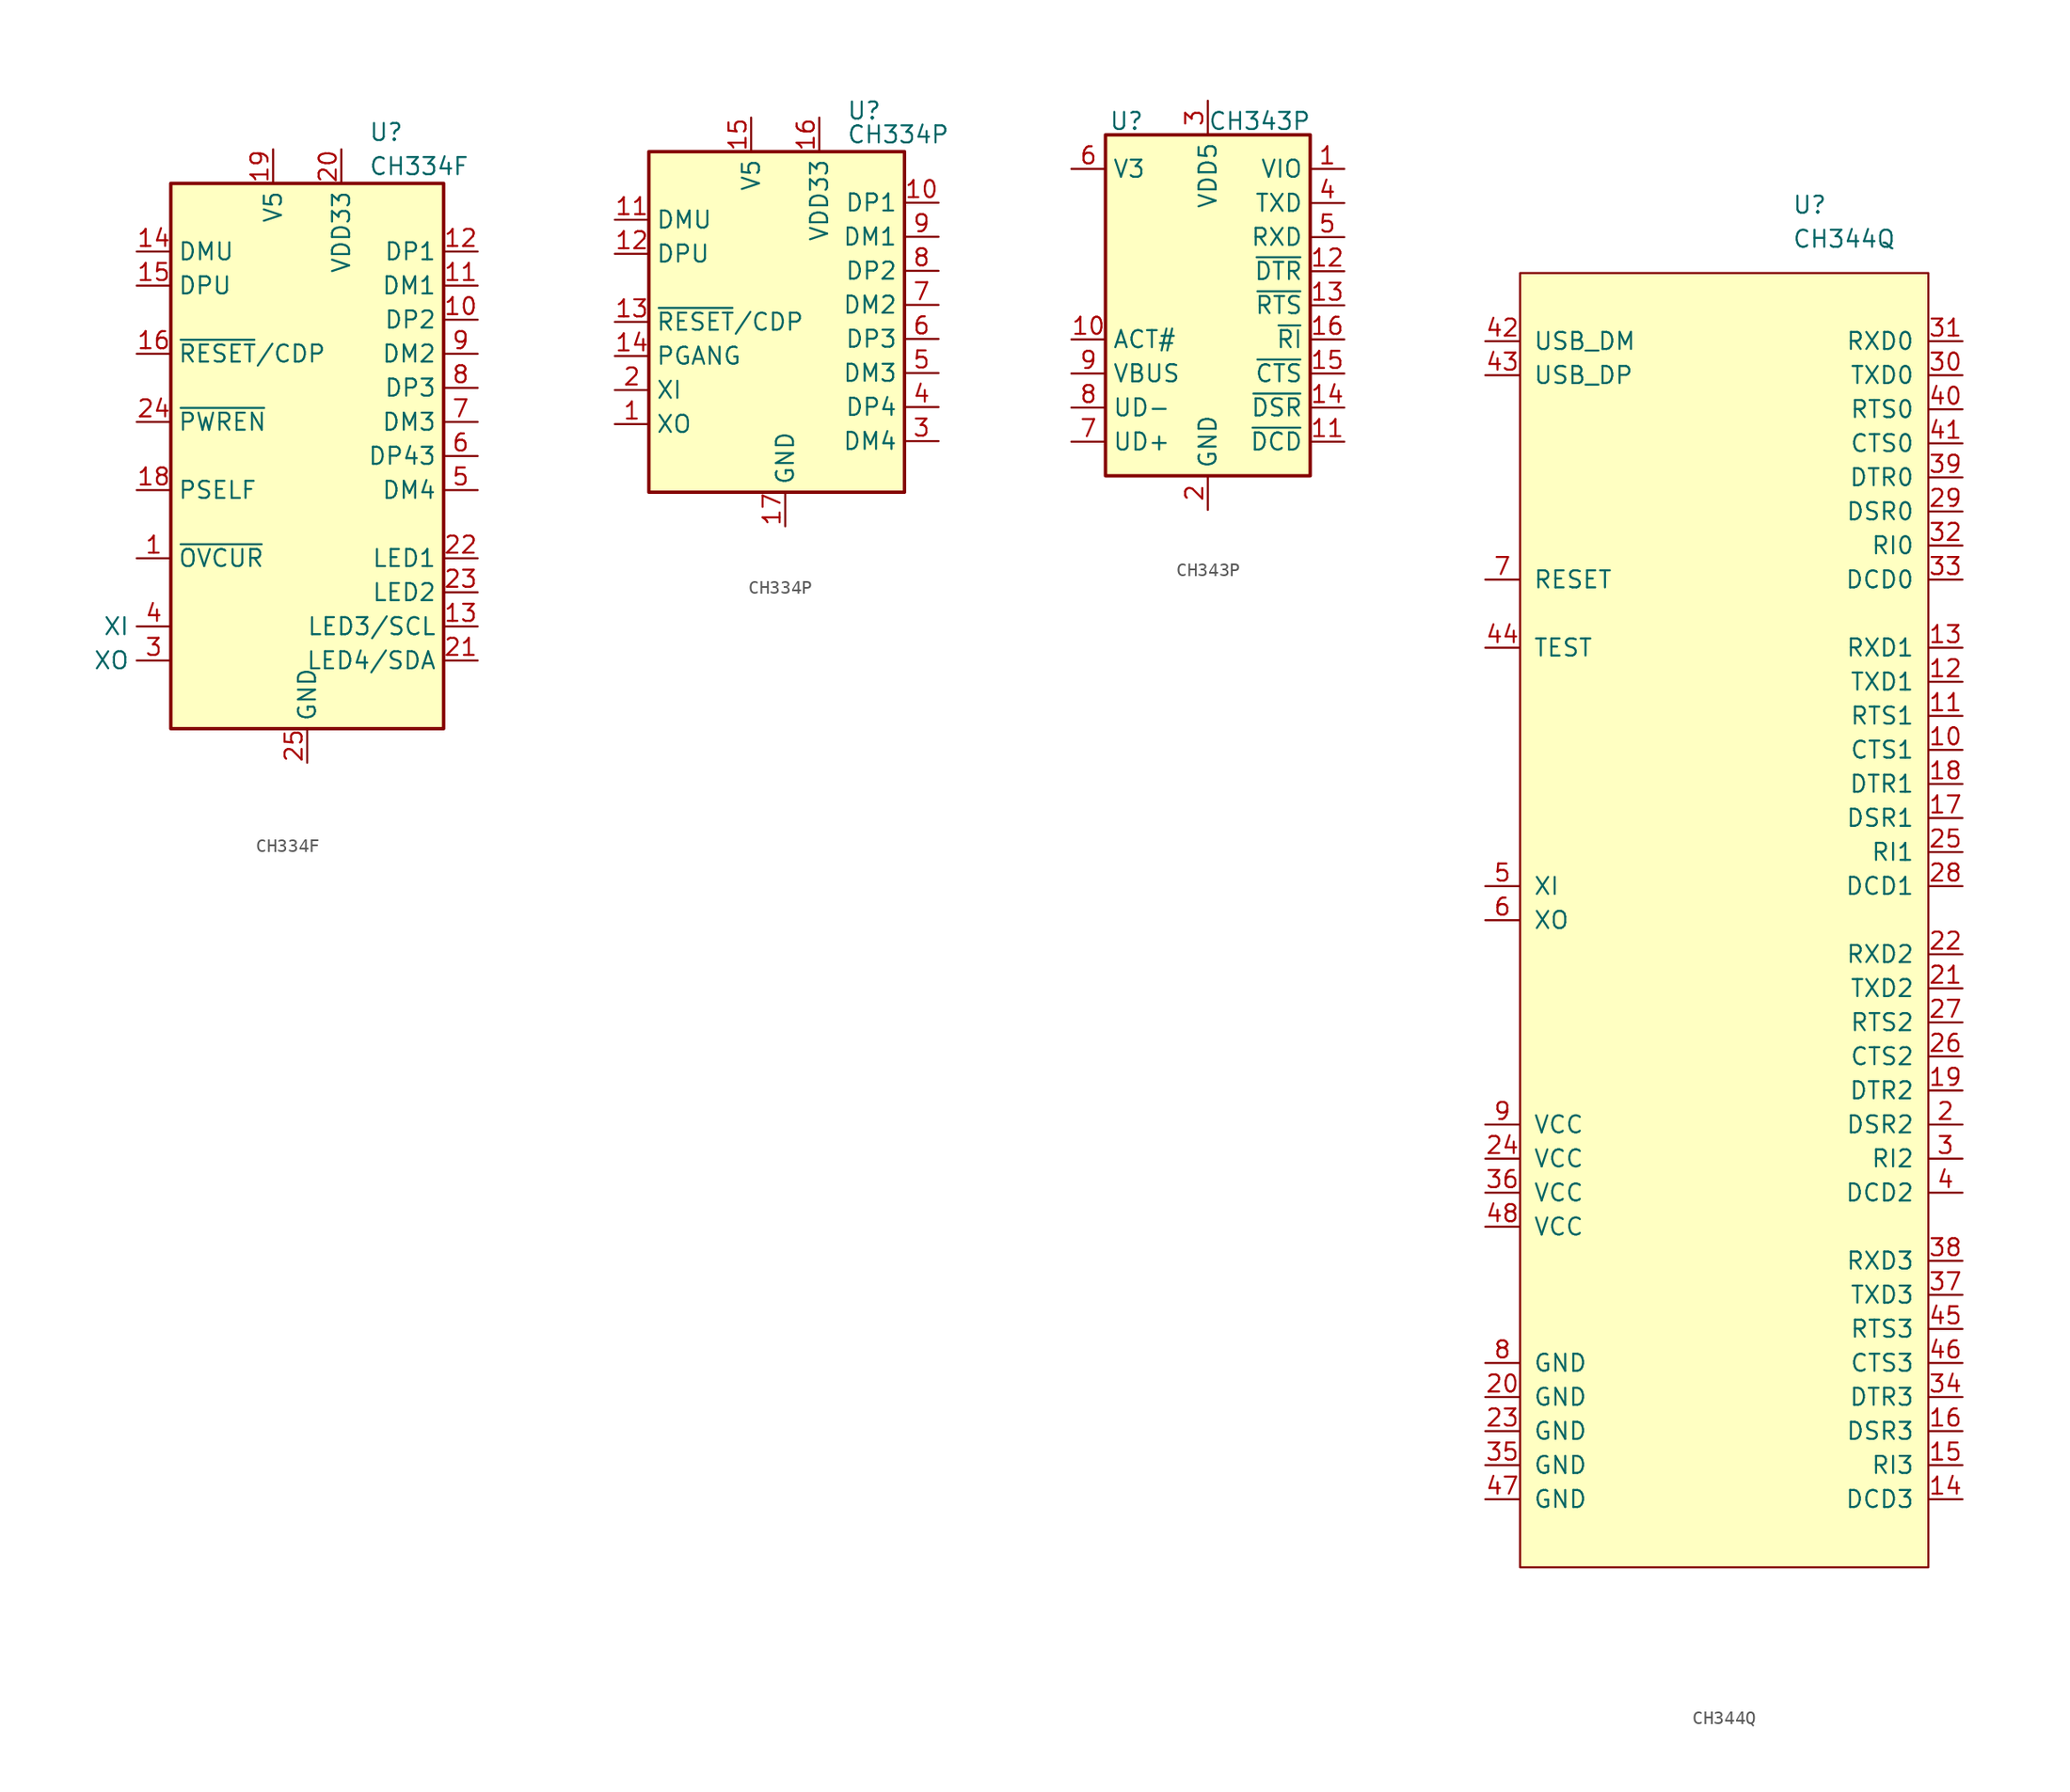
<source format=kicad_sym>
(kicad_symbol_lib
  (version 20241209)
  (generator "kicad_symbol_editor")
  (generator_version "9.0")
  (symbol "CH334F"
    (property "Reference" "U"
      (at 4.572 24.13 0)
      (effects (font (size 1.27 1.27)) (justify left)))
    (property "Value" "CH334F"
      (at 4.572 21.59 0)
      (effects (font (size 1.27 1.27)) (justify left)))
    (symbol "CH334F_0_1"
      (rectangle (start -10.16 20.32) (end 10.16 -20.32) (stroke (width 0.254) (type default)) (fill (type background))))
    (symbol "CH334F_1_1"
      (pin bidirectional line (at -12.7 15.24 0) (length 2.54) (name "DMU" (effects (font (size 1.27 1.27)))) (number "14" (effects (font (size 1.27 1.27)))))
      (pin bidirectional line (at -12.7 12.7 0) (length 2.54) (name "DPU" (effects (font (size 1.27 1.27)))) (number "15" (effects (font (size 1.27 1.27)))))
      (pin bidirectional line (at -12.7 7.62 0) (length 2.54) (name "~{RESET}/CDP" (effects (font (size 1.27 1.27)))) (number "16" (effects (font (size 1.27 1.27)))))
      (pin input line (at -12.7 2.54 0) (length 2.54) (name "~{PWREN}" (effects (font (size 1.27 1.27)))) (number "24" (effects (font (size 1.27 1.27)))))
      (pin input line (at -12.7 -2.54 0) (length 2.54) (name "PSELF" (effects (font (size 1.27 1.27)))) (number "18" (effects (font (size 1.27 1.27)))))
      (pin input line (at -12.7 -7.62 0) (length 2.54) (name "~{OVCUR}" (effects (font (size 1.27 1.27)))) (number "1" (effects (font (size 1.27 1.27)))))
      (pin input line (at -10.16 -12.7 180) (length 2.54) (name "XI" (effects (font (size 1.27 1.27)))) (number "4" (effects (font (size 1.27 1.27)))))
      (pin output line (at -10.16 -15.24 180) (length 2.54) (name "XO" (effects (font (size 1.27 1.27)))) (number "3" (effects (font (size 1.27 1.27)))))
      (pin power_in line (at -2.54 22.86 270) (length 2.54) (name "V5" (effects (font (size 1.27 1.27)))) (number "19" (effects (font (size 1.27 1.27)))))
      (pin power_in line (at 0 -22.86 90) (length 2.54) (name "GND" (effects (font (size 1.27 1.27)))) (number "25" (effects (font (size 1.27 1.27)))))
      (pin power_in line (at 2.54 22.86 270) (length 2.54) (name "VDD33" (effects (font (size 1.27 1.27)))) (number "20" (effects (font (size 1.27 1.27)))))
      (pin no_connect line (at 5.08 -22.86 90) (length 2.54) (hide yes) (name "NC" (effects (font (size 1.27 1.27)))) (number "2" (effects (font (size 1.27 1.27)))))
      (pin no_connect line (at 7.62 -22.86 90) (length 2.54) (hide yes) (name "NC" (effects (font (size 1.27 1.27)))) (number "17" (effects (font (size 1.27 1.27)))))
      (pin bidirectional line (at 12.7 15.24 180) (length 2.54) (name "DP1" (effects (font (size 1.27 1.27)))) (number "12" (effects (font (size 1.27 1.27)))))
      (pin bidirectional line (at 12.7 12.7 180) (length 2.54) (name "DM1" (effects (font (size 1.27 1.27)))) (number "11" (effects (font (size 1.27 1.27)))))
      (pin bidirectional line (at 12.7 10.16 180) (length 2.54) (name "DP2" (effects (font (size 1.27 1.27)))) (number "10" (effects (font (size 1.27 1.27)))))
      (pin bidirectional line (at 12.7 7.62 180) (length 2.54) (name "DM2" (effects (font (size 1.27 1.27)))) (number "9" (effects (font (size 1.27 1.27)))))
      (pin bidirectional line (at 12.7 5.08 180) (length 2.54) (name "DP3" (effects (font (size 1.27 1.27)))) (number "8" (effects (font (size 1.27 1.27)))))
      (pin bidirectional line (at 12.7 2.54 180) (length 2.54) (name "DM3" (effects (font (size 1.27 1.27)))) (number "7" (effects (font (size 1.27 1.27)))))
      (pin bidirectional line (at 12.7 0 180) (length 2.54) (name "DP43" (effects (font (size 1.27 1.27)))) (number "6" (effects (font (size 1.27 1.27)))))
      (pin bidirectional line (at 12.7 -2.54 180) (length 2.54) (name "DM4" (effects (font (size 1.27 1.27)))) (number "5" (effects (font (size 1.27 1.27)))))
      (pin output line (at 12.7 -7.62 180) (length 2.54) (name "LED1" (effects (font (size 1.27 1.27)))) (number "22" (effects (font (size 1.27 1.27)))))
      (pin output line (at 12.7 -10.16 180) (length 2.54) (name "LED2" (effects (font (size 1.27 1.27)))) (number "23" (effects (font (size 1.27 1.27)))))
      (pin bidirectional line (at 12.7 -12.7 180) (length 2.54) (name "LED3/SCL" (effects (font (size 1.27 1.27)))) (number "13" (effects (font (size 1.27 1.27)))))
      (pin bidirectional line (at 12.7 -15.24 180) (length 2.54) (name "LED4/SDA" (effects (font (size 1.27 1.27)))) (number "21" (effects (font (size 1.27 1.27)))))))
  (symbol "CH334P"
    (property "Reference" "U"
      (at 4.572 15.748 0)
      (effects (font (size 1.27 1.27)) (justify left)))
    (property "Value" "CH334P"
      (at 4.572 13.97 0)
      (effects (font (size 1.27 1.27)) (justify left)))
    (symbol "CH334P_0_1"
      (rectangle (start -10.16 12.7) (end 8.89 -12.7) (stroke (width 0.254) (type default)) (fill (type background))))
    (symbol "CH334P_1_1"
      (pin bidirectional line (at -12.7 7.62 0) (length 2.54) (name "DMU" (effects (font (size 1.27 1.27)))) (number "11" (effects (font (size 1.27 1.27)))))
      (pin bidirectional line (at -12.7 5.08 0) (length 2.54) (name "DPU" (effects (font (size 1.27 1.27)))) (number "12" (effects (font (size 1.27 1.27)))))
      (pin input line (at -12.7 0 0) (length 2.54) (name "~{RESET}/CDP" (effects (font (size 1.27 1.27)))) (number "13" (effects (font (size 1.27 1.27)))))
      (pin bidirectional line (at -12.7 -2.54 0) (length 2.54) (name "PGANG" (effects (font (size 1.27 1.27)))) (number "14" (effects (font (size 1.27 1.27)))))
      (pin input line (at -12.7 -5.08 0) (length 2.54) (name "XI" (effects (font (size 1.27 1.27)))) (number "2" (effects (font (size 1.27 1.27)))))
      (pin output line (at -12.7 -7.62 0) (length 2.54) (name "XO" (effects (font (size 1.27 1.27)))) (number "1" (effects (font (size 1.27 1.27)))))
      (pin power_in line (at -2.54 15.24 270) (length 2.54) (name "V5" (effects (font (size 1.27 1.27)))) (number "15" (effects (font (size 1.27 1.27)))))
      (pin power_in line (at 0 -15.24 90) (length 2.54) (name "GND" (effects (font (size 1.27 1.27)))) (number "17" (effects (font (size 1.27 1.27)))))
      (pin power_in line (at 2.54 15.24 270) (length 2.54) (name "VDD33" (effects (font (size 1.27 1.27)))) (number "16" (effects (font (size 1.27 1.27)))))
      (pin bidirectional line (at 11.43 8.89 180) (length 2.54) (name "DP1" (effects (font (size 1.27 1.27)))) (number "10" (effects (font (size 1.27 1.27)))))
      (pin bidirectional line (at 11.43 6.35 180) (length 2.54) (name "DM1" (effects (font (size 1.27 1.27)))) (number "9" (effects (font (size 1.27 1.27)))))
      (pin bidirectional line (at 11.43 3.81 180) (length 2.54) (name "DP2" (effects (font (size 1.27 1.27)))) (number "8" (effects (font (size 1.27 1.27)))))
      (pin bidirectional line (at 11.43 1.27 180) (length 2.54) (name "DM2" (effects (font (size 1.27 1.27)))) (number "7" (effects (font (size 1.27 1.27)))))
      (pin bidirectional line (at 11.43 -1.27 180) (length 2.54) (name "DP3" (effects (font (size 1.27 1.27)))) (number "6" (effects (font (size 1.27 1.27)))))
      (pin bidirectional line (at 11.43 -3.81 180) (length 2.54) (name "DM3" (effects (font (size 1.27 1.27)))) (number "5" (effects (font (size 1.27 1.27)))))
      (pin bidirectional line (at 11.43 -6.35 180) (length 2.54) (name "DP4" (effects (font (size 1.27 1.27)))) (number "4" (effects (font (size 1.27 1.27)))))
      (pin bidirectional line (at 11.43 -8.89 180) (length 2.54) (name "DM4" (effects (font (size 1.27 1.27)))) (number "3" (effects (font (size 1.27 1.27)))))))
  (symbol "CH343P"
    (property "Reference" "U"
      (at -7.366 13.716 0)
      (effects (font (size 1.27 1.27)) (justify left)))
    (property "Value" "CH343P"
      (at 0 13.716 0)
      (effects (font (size 1.27 1.27)) (justify left)))
    (symbol "CH343P_0_1"
      (rectangle (start -7.62 12.7) (end 7.62 -12.7) (stroke (width 0.254) (type default)) (fill (type background))))
    (symbol "CH343P_1_1"
      (pin power_out line (at -10.16 10.16 0) (length 2.54) (name "V3" (effects (font (size 1.27 1.27)))) (number "6" (effects (font (size 1.27 1.27)))))
      (pin output line (at -10.16 -2.54 0) (length 2.54) (name "ACT#" (effects (font (size 1.27 1.27)))) (number "10" (effects (font (size 1.27 1.27)))))
      (pin input line (at -10.16 -5.08 0) (length 2.54) (name "VBUS" (effects (font (size 1.27 1.27)))) (number "9" (effects (font (size 1.27 1.27)))))
      (pin bidirectional line (at -10.16 -7.62 0) (length 2.54) (name "UD-" (effects (font (size 1.27 1.27)))) (number "8" (effects (font (size 1.27 1.27)))))
      (pin bidirectional line (at -10.16 -10.16 0) (length 2.54) (name "UD+" (effects (font (size 1.27 1.27)))) (number "7" (effects (font (size 1.27 1.27)))))
      (pin input line (at 0 15.24 270) (length 2.54) (name "VDD5" (effects (font (size 1.27 1.27)))) (number "3" (effects (font (size 1.27 1.27)))))
      (pin power_in line (at 0 -15.24 90) (length 2.54) (hide yes) (name "PAD" (effects (font (size 1.27 1.27)))) (number "17" (effects (font (size 1.27 1.27)))))
      (pin power_in line (at 0 -15.24 90) (length 2.54) (name "GND" (effects (font (size 1.27 1.27)))) (number "2" (effects (font (size 1.27 1.27)))))
      (pin power_in line (at 10.16 10.16 180) (length 2.54) (name "VIO" (effects (font (size 1.27 1.27)))) (number "1" (effects (font (size 1.27 1.27)))))
      (pin output line (at 10.16 7.62 180) (length 2.54) (name "TXD" (effects (font (size 1.27 1.27)))) (number "4" (effects (font (size 1.27 1.27)))))
      (pin input line (at 10.16 5.08 180) (length 2.54) (name "RXD" (effects (font (size 1.27 1.27)))) (number "5" (effects (font (size 1.27 1.27)))))
      (pin output line (at 10.16 2.54 180) (length 2.54) (name "~{DTR}" (effects (font (size 1.27 1.27)))) (number "12" (effects (font (size 1.27 1.27)))))
      (pin output line (at 10.16 0 180) (length 2.54) (name "~{RTS}" (effects (font (size 1.27 1.27)))) (number "13" (effects (font (size 1.27 1.27)))))
      (pin input line (at 10.16 -2.54 180) (length 2.54) (name "~{RI}" (effects (font (size 1.27 1.27)))) (number "16" (effects (font (size 1.27 1.27)))))
      (pin input line (at 10.16 -5.08 180) (length 2.54) (name "~{CTS}" (effects (font (size 1.27 1.27)))) (number "15" (effects (font (size 1.27 1.27)))))
      (pin input line (at 10.16 -7.62 180) (length 2.54) (name "~{DSR}" (effects (font (size 1.27 1.27)))) (number "14" (effects (font (size 1.27 1.27)))))
      (pin input line (at 10.16 -10.16 180) (length 2.54) (name "~{DCD}" (effects (font (size 1.27 1.27)))) (number "11" (effects (font (size 1.27 1.27)))))))
  (symbol "CH344Q"
    (pin_names
      (offset 1.016))
    (property "Reference" "U"
      (at 5.08 53.34 0)
      (effects (font (size 1.27 1.27)) (justify left)))
    (property "Value" "CH344Q"
      (at 5.08 50.8 0)
      (effects (font (size 1.27 1.27)) (justify left)))
    (symbol "CH344Q_0_1"
      (rectangle (start -15.189 48.26) (end 15.24 -48.26) (stroke (width 0) (type default)) (fill (type background))))
    (symbol "CH344Q_1_1"
      (pin input line (at -17.78 43.18 0) (length 2.54) (name "USB_DM" (effects (font (size 1.27 1.27)))) (number "42" (effects (font (size 1.27 1.27)))))
      (pin output line (at -17.78 40.64 0) (length 2.54) (name "USB_DP" (effects (font (size 1.27 1.27)))) (number "43" (effects (font (size 1.27 1.27)))))
      (pin input line (at -17.78 25.4 0) (length 2.54) (name "RESET" (effects (font (size 1.27 1.27)))) (number "7" (effects (font (size 1.27 1.27)))))
      (pin input line (at -17.78 20.32 0) (length 2.54) (name "TEST" (effects (font (size 1.27 1.27)))) (number "44" (effects (font (size 1.27 1.27)))))
      (pin input line (at -17.78 2.54 0) (length 2.54) (name "XI" (effects (font (size 1.27 1.27)))) (number "5" (effects (font (size 1.27 1.27)))))
      (pin output line (at -17.78 0 0) (length 2.54) (name "XO" (effects (font (size 1.27 1.27)))) (number "6" (effects (font (size 1.27 1.27)))))
      (pin no_connect line (at -17.78 -10.16 0) (length 2.54) (hide yes) (name "NC" (effects (font (size 1.27 1.27)))) (number "1" (effects (font (size 1.27 1.27)))))
      (pin power_in line (at -17.78 -15.24 0) (length 2.54) (name "VCC" (effects (font (size 1.27 1.27)))) (number "9" (effects (font (size 1.27 1.27)))))
      (pin power_in line (at -17.78 -17.78 0) (length 2.54) (name "VCC" (effects (font (size 1.27 1.27)))) (number "24" (effects (font (size 1.27 1.27)))))
      (pin power_in line (at -17.78 -20.32 0) (length 2.54) (name "VCC" (effects (font (size 1.27 1.27)))) (number "36" (effects (font (size 1.27 1.27)))))
      (pin power_in line (at -17.78 -22.86 0) (length 2.54) (name "VCC" (effects (font (size 1.27 1.27)))) (number "48" (effects (font (size 1.27 1.27)))))
      (pin power_in line (at -17.78 -33.02 0) (length 2.54) (name "GND" (effects (font (size 1.27 1.27)))) (number "8" (effects (font (size 1.27 1.27)))))
      (pin power_in line (at -17.78 -35.56 0) (length 2.54) (name "GND" (effects (font (size 1.27 1.27)))) (number "20" (effects (font (size 1.27 1.27)))))
      (pin power_in line (at -17.78 -38.1 0) (length 2.54) (name "GND" (effects (font (size 1.27 1.27)))) (number "23" (effects (font (size 1.27 1.27)))))
      (pin power_in line (at -17.78 -40.64 0) (length 2.54) (name "GND" (effects (font (size 1.27 1.27)))) (number "35" (effects (font (size 1.27 1.27)))))
      (pin power_in line (at -17.78 -43.18 0) (length 2.54) (name "GND" (effects (font (size 1.27 1.27)))) (number "47" (effects (font (size 1.27 1.27)))))
      (pin input line (at 17.78 43.18 180) (length 2.54) (name "RXD0" (effects (font (size 1.27 1.27)))) (number "31" (effects (font (size 1.27 1.27)))))
      (pin output line (at 17.78 40.64 180) (length 2.54) (name "TXD0" (effects (font (size 1.27 1.27)))) (number "30" (effects (font (size 1.27 1.27)))))
      (pin output line (at 17.78 38.1 180) (length 2.54) (name "RTS0" (effects (font (size 1.27 1.27)))) (number "40" (effects (font (size 1.27 1.27)))))
      (pin input line (at 17.78 35.56 180) (length 2.54) (name "CTS0" (effects (font (size 1.27 1.27)))) (number "41" (effects (font (size 1.27 1.27)))))
      (pin output line (at 17.78 33.02 180) (length 2.54) (name "DTR0" (effects (font (size 1.27 1.27)))) (number "39" (effects (font (size 1.27 1.27)))))
      (pin input line (at 17.78 30.48 180) (length 2.54) (name "DSR0" (effects (font (size 1.27 1.27)))) (number "29" (effects (font (size 1.27 1.27)))))
      (pin input line (at 17.78 27.94 180) (length 2.54) (name "RI0" (effects (font (size 1.27 1.27)))) (number "32" (effects (font (size 1.27 1.27)))))
      (pin input line (at 17.78 25.4 180) (length 2.54) (name "DCD0" (effects (font (size 1.27 1.27)))) (number "33" (effects (font (size 1.27 1.27)))))
      (pin input line (at 17.78 20.32 180) (length 2.54) (name "RXD1" (effects (font (size 1.27 1.27)))) (number "13" (effects (font (size 1.27 1.27)))))
      (pin output line (at 17.78 17.78 180) (length 2.54) (name "TXD1" (effects (font (size 1.27 1.27)))) (number "12" (effects (font (size 1.27 1.27)))))
      (pin output line (at 17.78 15.24 180) (length 2.54) (name "RTS1" (effects (font (size 1.27 1.27)))) (number "11" (effects (font (size 1.27 1.27)))))
      (pin input line (at 17.78 12.7 180) (length 2.54) (name "CTS1" (effects (font (size 1.27 1.27)))) (number "10" (effects (font (size 1.27 1.27)))))
      (pin output line (at 17.78 10.16 180) (length 2.54) (name "DTR1" (effects (font (size 1.27 1.27)))) (number "18" (effects (font (size 1.27 1.27)))))
      (pin input line (at 17.78 7.62 180) (length 2.54) (name "DSR1" (effects (font (size 1.27 1.27)))) (number "17" (effects (font (size 1.27 1.27)))))
      (pin input line (at 17.78 5.08 180) (length 2.54) (name "RI1" (effects (font (size 1.27 1.27)))) (number "25" (effects (font (size 1.27 1.27)))))
      (pin input line (at 17.78 2.54 180) (length 2.54) (name "DCD1" (effects (font (size 1.27 1.27)))) (number "28" (effects (font (size 1.27 1.27)))))
      (pin input line (at 17.78 -2.54 180) (length 2.54) (name "RXD2" (effects (font (size 1.27 1.27)))) (number "22" (effects (font (size 1.27 1.27)))))
      (pin output line (at 17.78 -5.08 180) (length 2.54) (name "TXD2" (effects (font (size 1.27 1.27)))) (number "21" (effects (font (size 1.27 1.27)))))
      (pin output line (at 17.78 -7.62 180) (length 2.54) (name "RTS2" (effects (font (size 1.27 1.27)))) (number "27" (effects (font (size 1.27 1.27)))))
      (pin input line (at 17.78 -10.16 180) (length 2.54) (name "CTS2" (effects (font (size 1.27 1.27)))) (number "26" (effects (font (size 1.27 1.27)))))
      (pin output line (at 17.78 -12.7 180) (length 2.54) (name "DTR2" (effects (font (size 1.27 1.27)))) (number "19" (effects (font (size 1.27 1.27)))))
      (pin input line (at 17.78 -15.24 180) (length 2.54) (name "DSR2" (effects (font (size 1.27 1.27)))) (number "2" (effects (font (size 1.27 1.27)))))
      (pin input line (at 17.78 -17.78 180) (length 2.54) (name "RI2" (effects (font (size 1.27 1.27)))) (number "3" (effects (font (size 1.27 1.27)))))
      (pin input line (at 17.78 -20.32 180) (length 2.54) (name "DCD2" (effects (font (size 1.27 1.27)))) (number "4" (effects (font (size 1.27 1.27)))))
      (pin input line (at 17.78 -25.4 180) (length 2.54) (name "RXD3" (effects (font (size 1.27 1.27)))) (number "38" (effects (font (size 1.27 1.27)))))
      (pin output line (at 17.78 -27.94 180) (length 2.54) (name "TXD3" (effects (font (size 1.27 1.27)))) (number "37" (effects (font (size 1.27 1.27)))))
      (pin output line (at 17.78 -30.48 180) (length 2.54) (name "RTS3" (effects (font (size 1.27 1.27)))) (number "45" (effects (font (size 1.27 1.27)))))
      (pin input line (at 17.78 -33.02 180) (length 2.54) (name "CTS3" (effects (font (size 1.27 1.27)))) (number "46" (effects (font (size 1.27 1.27)))))
      (pin output line (at 17.78 -35.56 180) (length 2.54) (name "DTR3" (effects (font (size 1.27 1.27)))) (number "34" (effects (font (size 1.27 1.27)))))
      (pin input line (at 17.78 -38.1 180) (length 2.54) (name "DSR3" (effects (font (size 1.27 1.27)))) (number "16" (effects (font (size 1.27 1.27)))))
      (pin input line (at 17.78 -40.64 180) (length 2.54) (name "RI3" (effects (font (size 1.27 1.27)))) (number "15" (effects (font (size 1.27 1.27)))))
      (pin input line (at 17.78 -43.18 180) (length 2.54) (name "DCD3" (effects (font (size 1.27 1.27)))) (number "14" (effects (font (size 1.27 1.27))))))))
</source>
